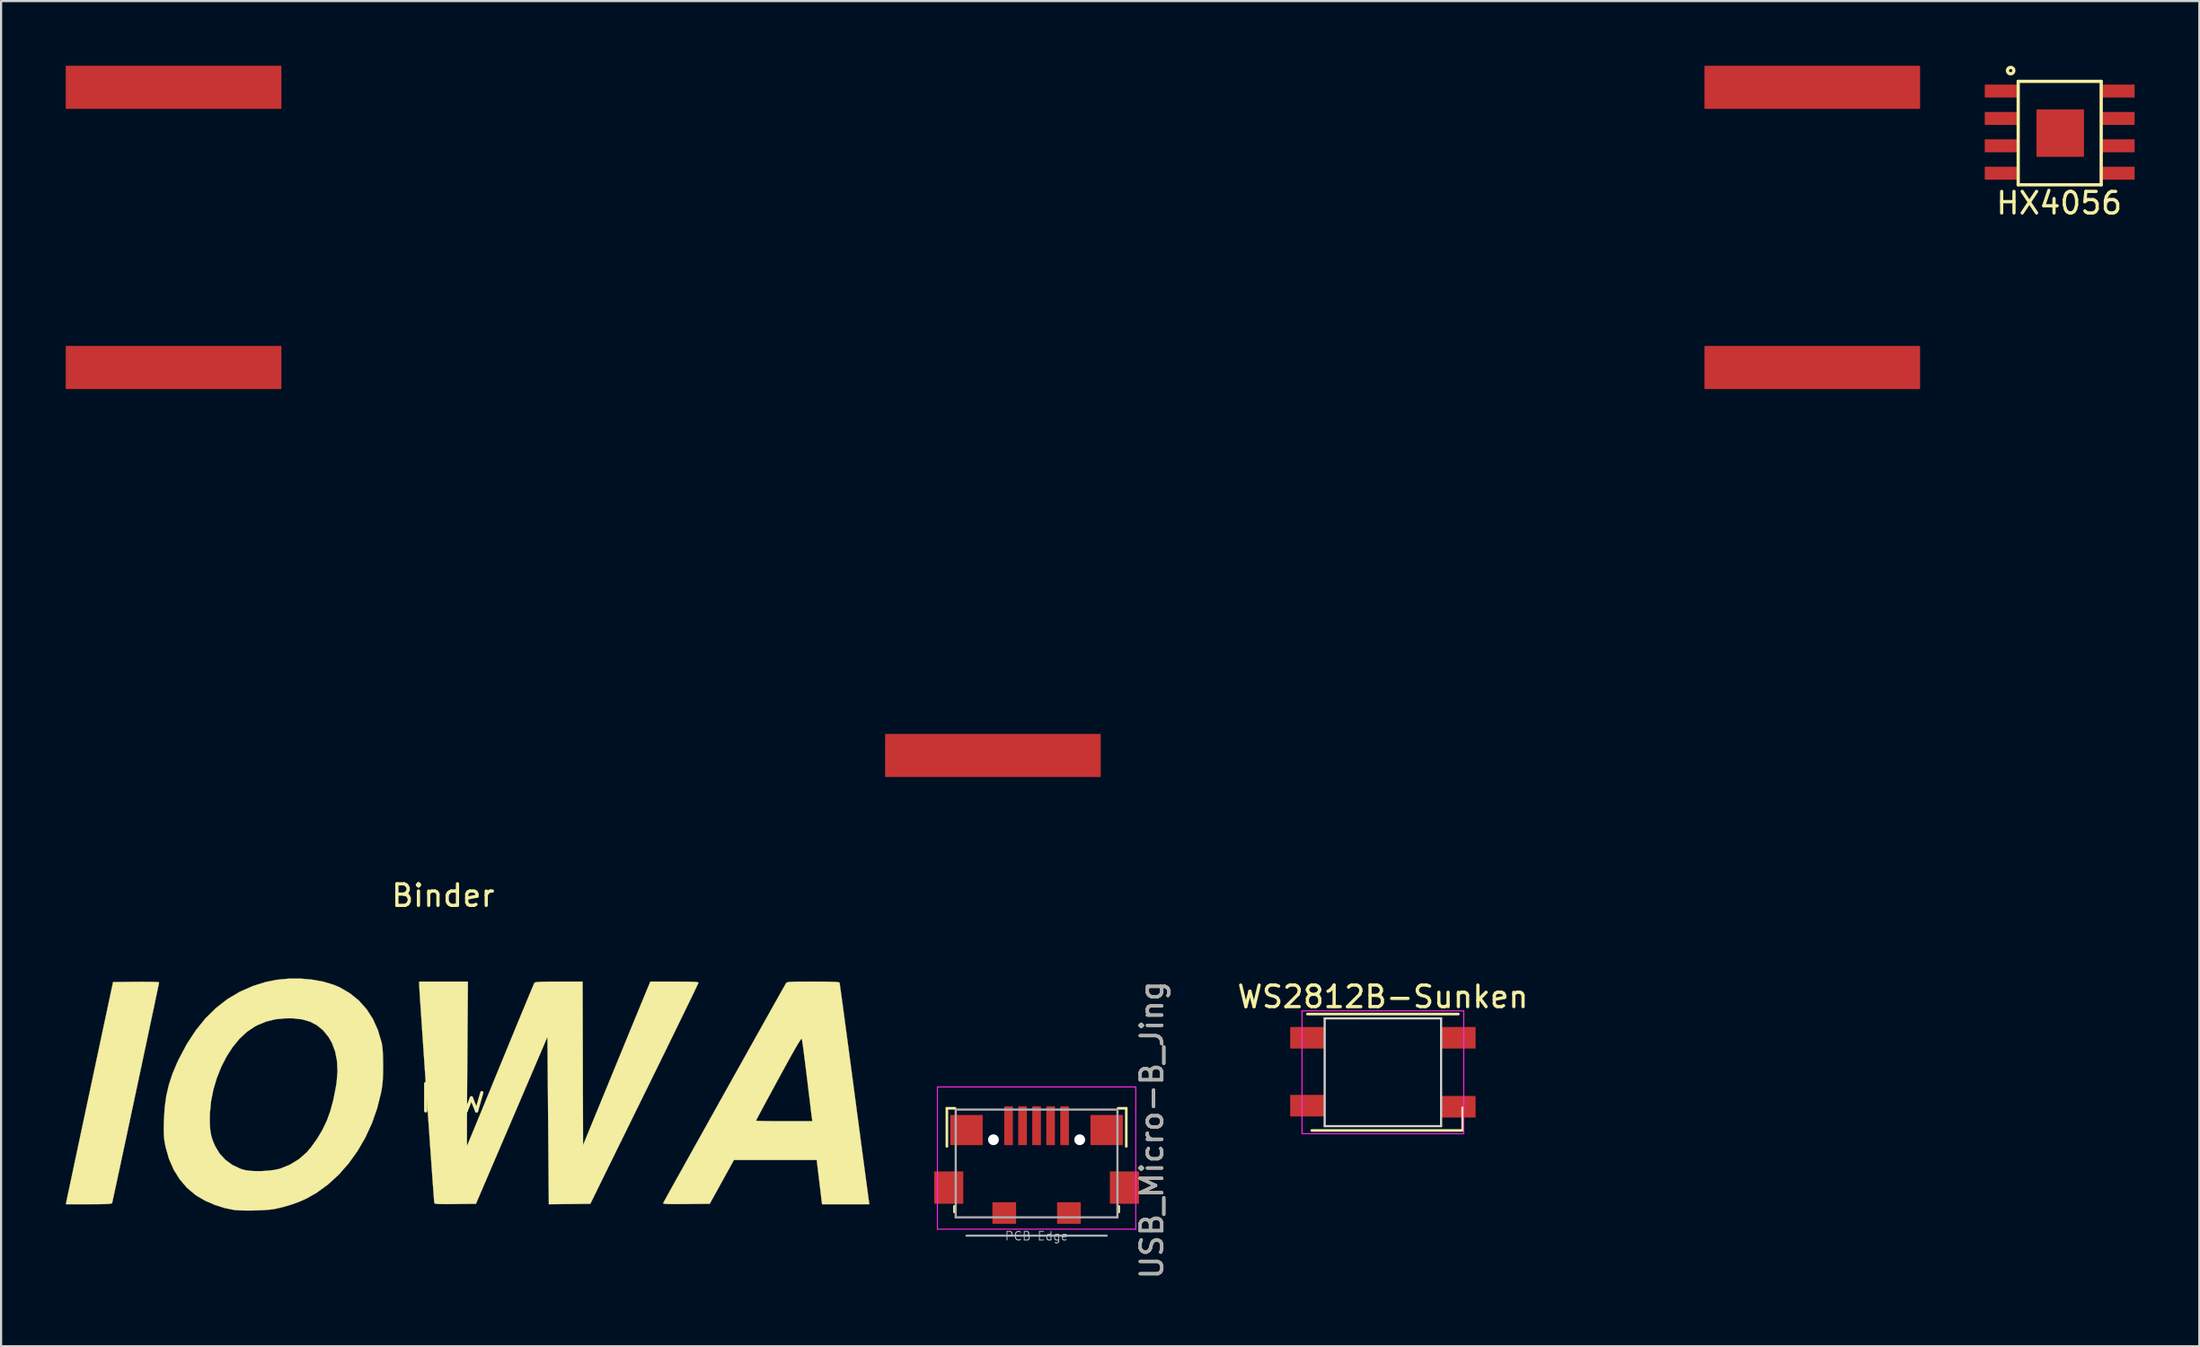
<source format=kicad_pcb>
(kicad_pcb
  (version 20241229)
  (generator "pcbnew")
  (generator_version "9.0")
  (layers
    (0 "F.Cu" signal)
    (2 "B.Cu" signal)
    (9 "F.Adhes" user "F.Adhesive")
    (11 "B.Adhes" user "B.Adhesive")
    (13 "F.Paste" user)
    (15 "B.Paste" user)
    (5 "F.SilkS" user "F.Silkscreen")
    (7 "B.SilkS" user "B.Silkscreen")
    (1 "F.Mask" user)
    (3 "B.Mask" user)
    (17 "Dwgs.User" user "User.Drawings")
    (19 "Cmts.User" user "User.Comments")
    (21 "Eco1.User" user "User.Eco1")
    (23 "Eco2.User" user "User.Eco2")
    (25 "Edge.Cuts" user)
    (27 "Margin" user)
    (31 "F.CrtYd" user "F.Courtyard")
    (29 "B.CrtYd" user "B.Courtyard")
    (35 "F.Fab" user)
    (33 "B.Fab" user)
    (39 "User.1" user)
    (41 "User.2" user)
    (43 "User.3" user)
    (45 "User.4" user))
  (footprint "HX4056"
    (layer "F.Cu")
    (at 92.45 3.125)
    (property "Reference" "HX4056" (at 0 3.25 0) (layer "F.SilkS") (effects (font (size 1 1) (thickness 0.15))))
    (attr through_hole)
    (fp_line (start -1.9 -2.4) (end -1.9 2.4) (stroke (width 0.15) (type solid)) (layer "F.SilkS"))
    (fp_line (start -1.9 -2.4) (end 1.95 -2.4) (stroke (width 0.15) (type solid)) (layer "F.SilkS"))
    (fp_line (start 1.95 -2.4) (end 1.95 2.4) (stroke (width 0.15) (type solid)) (layer "F.SilkS"))
    (fp_line (start 1.95 2.4) (end -1.9 2.4) (stroke (width 0.15) (type solid)) (layer "F.SilkS"))
    (fp_circle (center -2.25 -2.9) (end -2.1 -2.9) (stroke (width 0.15) (type solid)) (fill no) (layer "F.SilkS"))
    (pad "1" smd rect (at -2.7 -1.95) (size 1.5 0.6) (layers "F.Cu" "F.Mask" "F.Paste"))
    (pad "2" smd rect (at -2.7 -0.68) (size 1.5 0.6) (layers "F.Cu" "F.Mask" "F.Paste"))
    (pad "3" smd rect (at -2.7 0.59) (size 1.5 0.6) (layers "F.Cu" "F.Mask" "F.Paste"))
    (pad "4" smd rect (at -2.7 1.86) (size 1.5 0.6) (layers "F.Cu" "F.Mask" "F.Paste"))
    (pad "5" smd rect (at 2.75 1.86) (size 1.5 0.6) (layers "F.Cu" "F.Mask" "F.Paste"))
    (pad "6" smd rect (at 2.75 0.59) (size 1.5 0.6) (layers "F.Cu" "F.Mask" "F.Paste"))
    (pad "7" smd rect (at 2.75 -0.68) (size 1.5 0.6) (layers "F.Cu" "F.Mask" "F.Paste"))
    (pad "8" smd rect (at 2.75 -1.95) (size 1.5 0.6) (layers "F.Cu" "F.Mask" "F.Paste"))
    (pad "9" smd rect (at 0.05 0) (size 2.2 2.2) (layers "F.Cu" "F.Mask" "F.Paste")))
  (footprint "Binder"
    (layer "F.Cu")
    (at 43 14)
    (property "Reference" "Binder" (at -25.5 24.5 0) (layer "F.SilkS") (effects (font (size 1 1) (thickness 0.15))))
    (attr through_hole)
    (pad "1" smd rect (at -38 -13) (size 10 2) (layers "F.Cu" "F.Mask" "F.Paste"))
    (pad "2" smd rect (at 38 -13) (size 10 2) (layers "F.Cu" "F.Mask" "F.Paste"))
    (pad "3" smd rect (at 38 0) (size 10 2) (layers "F.Cu" "F.Mask" "F.Paste"))
    (pad "4" smd rect (at -38 0) (size 10 2) (layers "F.Cu" "F.Mask" "F.Paste"))
    (pad "5" smd rect (at 0 18) (size 10 2) (layers "F.Cu" "F.Mask" "F.Paste")))
  (footprint "USB_Micro-B_Jing"
    (layer "F.Cu")
    (at 45.025 51.278)
    (property "Reference" "USB_Micro-B_Jing" (at 5.35 -1.9 270) (layer "F.SilkS") (effects (font (size 1 1) (thickness 0.15))))
    (attr smd)
    (fp_line (start -4.16 -2.91) (end -3.78 -2.91) (stroke (width 0.12) (type solid)) (layer "F.SilkS"))
    (fp_line (start -4.16 -1.14) (end -4.16 -2.91) (stroke (width 0.12) (type solid)) (layer "F.SilkS"))
    (fp_line (start -3.81 1.9) (end -3.81 1.64) (stroke (width 0.12) (type solid)) (layer "F.SilkS"))
    (fp_line (start 3.81 1.64) (end 3.81 1.9) (stroke (width 0.12) (type solid)) (layer "F.SilkS"))
    (fp_line (start 4.16 -2.91) (end 3.78 -2.91) (stroke (width 0.12) (type solid)) (layer "F.SilkS"))
    (fp_line (start 4.16 -2.91) (end 4.16 -1.14) (stroke (width 0.12) (type solid)) (layer "F.SilkS"))
    (fp_line (start -4.6 -3.9) (end 4.6 -3.9) (stroke (width 0.05) (type solid)) (layer "F.CrtYd"))
    (fp_line (start -4.6 2.7) (end -4.6 -3.9) (stroke (width 0.05) (type solid)) (layer "F.CrtYd"))
    (fp_line (start 4.6 -3.9) (end 4.6 2.7) (stroke (width 0.05) (type solid)) (layer "F.CrtYd"))
    (fp_line (start 4.6 2.7) (end -4.6 2.7) (stroke (width 0.05) (type solid)) (layer "F.CrtYd"))
    (fp_line (start -3.75 -2.85) (end 3.75 -2.85) (stroke (width 0.1) (type solid)) (layer "F.Fab"))
    (fp_line (start -3.75 2.15) (end -3.75 -2.85) (stroke (width 0.1) (type solid)) (layer "F.Fab"))
    (fp_line (start -3.25 3) (end 3.25 3) (stroke (width 0.1) (type solid)) (layer "F.Fab"))
    (fp_line (start 3.75 -2.85) (end 3.75 2.15) (stroke (width 0.1) (type solid)) (layer "F.Fab"))
    (fp_line (start 3.75 2.15) (end -3.75 2.15) (stroke (width 0.1) (type solid)) (layer "F.Fab"))
    (fp_text user "PCB Edge" (at 0 3.02 180) (layer "Dwgs.User") (effects (font (size 0.4 0.4) (thickness 0.04))))
    (fp_text user "${REFERENCE}" (at 5.35 -1.9 90) (layer "F.Fab") (effects (font (size 1 1) (thickness 0.15))))
    (pad "" np_thru_hole circle (at -2 -1.45) (size 0.5 0.5) (drill 0.5) (layers "*.Cu" "*.Mask"))
    (pad "" np_thru_hole circle (at 2 -1.45) (size 0.5 0.5) (drill 0.5) (layers "*.Cu" "*.Mask"))
    (pad "1" smd rect (at -1.3 -2.1) (size 0.4 1.8) (layers "F.Cu" "F.Mask" "F.Paste"))
    (pad "2" smd rect (at -0.65 -2.1) (size 0.4 1.8) (layers "F.Cu" "F.Mask" "F.Paste"))
    (pad "3" smd rect (at 0 -2.1) (size 0.4 1.8) (layers "F.Cu" "F.Mask" "F.Paste"))
    (pad "4" smd rect (at 0.65 -2.1) (size 0.4 1.8) (layers "F.Cu" "F.Mask" "F.Paste"))
    (pad "5" smd rect (at 1.3 -2.1) (size 0.4 1.8) (layers "F.Cu" "F.Mask" "F.Paste"))
    (pad "6" smd rect (at -4.075 0.77) (size 1.35 1.5) (layers "F.Cu" "F.Mask" "F.Paste"))
    (pad "6" smd rect (at -3.25 -1.9) (size 1.5 1.4) (layers "F.Cu" "F.Mask" "F.Paste"))
    (pad "6" smd rect (at -1.5 1.95) (size 1.1 1) (layers "F.Cu" "F.Mask" "F.Paste"))
    (pad "6" smd rect (at 1.5 1.95) (size 1.1 1) (layers "F.Cu" "F.Mask" "F.Paste"))
    (pad "6" smd rect (at 3.25 -1.9) (size 1.5 1.4) (layers "F.Cu" "F.Mask" "F.Paste"))
    (pad "6" smd rect (at 4.075 0.77) (size 1.35 1.5) (layers "F.Cu" "F.Mask" "F.Paste")))
  (footprint "WS2812B-Sunken"
    (layer "F.Cu")
    (at 61.086 46.697)
    (property "Reference" "WS2812B-Sunken" (at 0 -3.5 0) (layer "F.SilkS") (effects (font (size 1 1) (thickness 0.15))))
    (attr smd)
    (fp_line (start -3.5 -2.7) (end 3.5 -2.7) (stroke (width 0.12) (type solid)) (layer "F.SilkS"))
    (fp_line (start -3.3 2.7) (end 3.7 2.7) (stroke (width 0.12) (type solid)) (layer "F.SilkS"))
    (fp_line (start 3.7 2.65) (end 3.7 1.65) (stroke (width 0.12) (type solid)) (layer "F.SilkS"))
    (fp_line (start -2.7 -2.5) (end -2.7 2.5) (stroke (width 0.1) (type solid)) (layer "Edge.Cuts"))
    (fp_line (start -2.7 2.5) (end 2.7 2.5) (stroke (width 0.1) (type solid)) (layer "Edge.Cuts"))
    (fp_line (start 2.7 -2.5) (end -2.7 -2.5) (stroke (width 0.1) (type solid)) (layer "Edge.Cuts"))
    (fp_line (start 2.7 2.5) (end 2.7 -2.5) (stroke (width 0.1) (type solid)) (layer "Edge.Cuts"))
    (fp_line (start -3.75 -2.85) (end -3.75 2.85) (stroke (width 0.05) (type solid)) (layer "F.CrtYd"))
    (fp_line (start -3.75 2.85) (end 3.75 2.85) (stroke (width 0.05) (type solid)) (layer "F.CrtYd"))
    (fp_line (start 3.75 -2.85) (end -3.75 -2.85) (stroke (width 0.05) (type solid)) (layer "F.CrtYd"))
    (fp_line (start 3.75 2.85) (end 3.75 -2.85) (stroke (width 0.05) (type solid)) (layer "F.CrtYd"))
    (pad "1" smd rect (at 3.5 -1.6) (size 1.6 1) (layers "F.Cu" "F.Mask" "F.Paste"))
    (pad "2" smd rect (at -3.5 -1.6) (size 1.6 1) (layers "F.Cu" "F.Mask" "F.Paste"))
    (pad "3" smd rect (at -3.5 1.55) (size 1.6 1) (layers "F.Cu" "F.Mask" "F.Paste"))
    (pad "4" smd rect (at 3.5 1.6) (size 1.6 1) (layers "F.Cu" "F.Mask" "F.Paste")))
  (footprint "Iowa"
    (layer "F.Cu")
    (at 18.509 47.91)
    (property "Reference" "Iowa" (at 0 0 0) (layer "F.SilkS") (effects (font (size 1.27 1.27) (thickness 0.15))))
    (attr through_hole)
    (fp_poly (pts (xy -14.682 -5.409) (xy -14.463 -5.405) (xy -14.3 -5.399) (xy -14.204 -5.39) (xy -14.182 -5.382) (xy -14.19 -5.336) (xy -14.215 -5.214) (xy -14.255 -5.021) (xy -14.309 -4.763) (xy -14.376 -4.447) (xy -14.453 -4.079) (xy -14.541 -3.665) (xy -14.637 -3.211) (xy -14.74 -2.723) (xy -14.85 -2.208) (xy -14.964 -1.67) (xy -15.081 -1.118) (xy -15.201 -0.556) (xy -15.321 0.009) (xy -15.441 0.571) (xy -15.558 1.124) (xy -15.673 1.662) (xy -15.783 2.178) (xy -15.888 2.667) (xy -15.985 3.123) (xy -16.075 3.539) (xy -16.154 3.909) (xy -16.222 4.227) (xy -16.279 4.487) (xy -16.321 4.683) (xy -16.349 4.808) (xy -16.361 4.858) (xy -16.361 4.858) (xy -16.388 4.875) (xy -16.459 4.888) (xy -16.582 4.898) (xy -16.765 4.905) (xy -17.015 4.909) (xy -17.34 4.911) (xy -17.442 4.911) (xy -18.504 4.911) (xy -18.477 4.773) (xy -18.465 4.715) (xy -18.437 4.579) (xy -18.393 4.371) (xy -18.334 4.095) (xy -18.263 3.758) (xy -18.179 3.364) (xy -18.085 2.918) (xy -17.98 2.426) (xy -17.867 1.894) (xy -17.746 1.325) (xy -17.619 0.726) (xy -17.486 0.101) (xy -17.383 -0.381) (xy -16.316 -5.397) (xy -15.249 -5.409) (xy -14.947 -5.411) (xy -14.682 -5.409)) (stroke (width 0.01) (type solid)) (fill yes) (layer "F.SilkS"))
    (fp_poly (pts (xy 16.523 -5.418) (xy 16.817 -5.415) (xy 17.04 -5.41) (xy 17.201 -5.402) (xy 17.306 -5.392) (xy 17.362 -5.378) (xy 17.378 -5.366) (xy 17.386 -5.318) (xy 17.404 -5.191) (xy 17.432 -4.991) (xy 17.469 -4.723) (xy 17.514 -4.391) (xy 17.567 -4.002) (xy 17.626 -3.561) (xy 17.692 -3.072) (xy 17.763 -2.541) (xy 17.839 -1.974) (xy 17.919 -1.375) (xy 18.002 -0.75) (xy 18.054 -0.36) (xy 18.139 0.281) (xy 18.221 0.9) (xy 18.3 1.493) (xy 18.374 2.053) (xy 18.444 2.576) (xy 18.508 3.055) (xy 18.566 3.486) (xy 18.616 3.863) (xy 18.659 4.181) (xy 18.693 4.435) (xy 18.717 4.618) (xy 18.732 4.726) (xy 18.736 4.752) (xy 18.761 4.911) (xy 16.567 4.911) (xy 16.443 3.884) (xy 16.32 2.857) (xy 12.48 2.857) (xy 11.919 3.873) (xy 11.358 4.889) (xy 10.267 4.901) (xy 9.926 4.904) (xy 9.661 4.904) (xy 9.465 4.901) (xy 9.329 4.895) (xy 9.244 4.886) (xy 9.204 4.873) (xy 9.198 4.857) (xy 9.221 4.814) (xy 9.282 4.703) (xy 9.379 4.528) (xy 9.508 4.294) (xy 9.667 4.008) (xy 9.853 3.673) (xy 10.064 3.296) (xy 10.295 2.881) (xy 10.544 2.434) (xy 10.809 1.96) (xy 11.086 1.464) (xy 11.327 1.032) (xy 13.504 1.032) (xy 13.545 1.038) (xy 13.66 1.044) (xy 13.839 1.049) (xy 14.073 1.054) (xy 14.35 1.057) (xy 14.661 1.058) (xy 14.811 1.058) (xy 16.117 1.058) (xy 16.103 0.963) (xy 16.095 0.902) (xy 16.077 0.765) (xy 16.052 0.564) (xy 16.021 0.306) (xy 15.984 0.001) (xy 15.942 -0.341) (xy 15.897 -0.712) (xy 15.873 -0.91) (xy 15.826 -1.291) (xy 15.782 -1.648) (xy 15.74 -1.971) (xy 15.704 -2.252) (xy 15.673 -2.481) (xy 15.648 -2.648) (xy 15.632 -2.746) (xy 15.628 -2.766) (xy 15.609 -2.764) (xy 15.569 -2.716) (xy 15.504 -2.618) (xy 15.411 -2.467) (xy 15.29 -2.258) (xy 15.138 -1.988) (xy 14.952 -1.654) (xy 14.731 -1.25) (xy 14.551 -0.919) (xy 14.349 -0.548) (xy 14.16 -0.199) (xy 13.988 0.12) (xy 13.836 0.403) (xy 13.708 0.641) (xy 13.608 0.83) (xy 13.54 0.96) (xy 13.507 1.025) (xy 13.504 1.032) (xy 11.327 1.032) (xy 11.372 0.95) (xy 11.665 0.426) (xy 11.962 -0.106) (xy 12.259 -0.638) (xy 12.554 -1.167) (xy 12.845 -1.686) (xy 13.127 -2.191) (xy 13.399 -2.677) (xy 13.657 -3.137) (xy 13.898 -3.568) (xy 14.12 -3.964) (xy 14.319 -4.32) (xy 14.493 -4.63) (xy 14.639 -4.89) (xy 14.754 -5.094) (xy 14.835 -5.236) (xy 14.878 -5.313) (xy 14.885 -5.323) (xy 14.904 -5.351) (xy 14.929 -5.373) (xy 14.969 -5.389) (xy 15.033 -5.401) (xy 15.132 -5.409) (xy 15.275 -5.415) (xy 15.471 -5.417) (xy 15.73 -5.418) (xy 16.062 -5.419) (xy 16.152 -5.419) (xy 16.523 -5.418)) (stroke (width 0.01) (type solid)) (fill yes) (layer "F.SilkS"))
    (fp_poly (pts (xy -7.065 -5.508) (xy -6.544 -5.41) (xy -6.067 -5.264) (xy -5.792 -5.146) (xy -5.323 -4.872) (xy -4.912 -4.537) (xy -4.56 -4.142) (xy -4.267 -3.688) (xy -4.036 -3.176) (xy -3.865 -2.606) (xy -3.845 -2.519) (xy -3.823 -2.364) (xy -3.806 -2.139) (xy -3.795 -1.857) (xy -3.791 -1.532) (xy -3.791 -1.503) (xy -3.794 -1.186) (xy -3.802 -0.931) (xy -3.818 -0.715) (xy -3.843 -0.515) (xy -3.879 -0.308) (xy -3.888 -0.258) (xy -4.068 0.463) (xy -4.312 1.157) (xy -4.616 1.817) (xy -4.975 2.437) (xy -5.384 3.009) (xy -5.839 3.527) (xy -6.335 3.984) (xy -6.867 4.373) (xy -7.335 4.641) (xy -7.662 4.787) (xy -8.038 4.924) (xy -8.429 5.04) (xy -8.798 5.125) (xy -8.89 5.141) (xy -9.08 5.164) (xy -9.327 5.182) (xy -9.61 5.194) (xy -9.906 5.201) (xy -10.193 5.201) (xy -10.446 5.195) (xy -10.645 5.182) (xy -10.689 5.177) (xy -11.143 5.086) (xy -11.604 4.938) (xy -12.044 4.746) (xy -12.435 4.519) (xy -12.503 4.472) (xy -12.893 4.143) (xy -13.228 3.75) (xy -13.507 3.301) (xy -13.724 2.799) (xy -13.879 2.251) (xy -13.892 2.186) (xy -13.925 2.008) (xy -13.947 1.845) (xy -13.959 1.675) (xy -13.964 1.477) (xy -13.961 1.231) (xy -13.956 1.016) (xy -13.949 0.91) (xy -11.831 0.91) (xy -11.825 1.235) (xy -11.804 1.501) (xy -11.761 1.731) (xy -11.693 1.952) (xy -11.594 2.186) (xy -11.575 2.227) (xy -11.37 2.563) (xy -11.101 2.854) (xy -10.777 3.09) (xy -10.412 3.263) (xy -10.218 3.322) (xy -10.002 3.358) (xy -9.73 3.374) (xy -9.429 3.373) (xy -9.123 3.354) (xy -8.839 3.319) (xy -8.603 3.269) (xy -8.572 3.26) (xy -8.112 3.075) (xy -7.697 2.821) (xy -7.336 2.504) (xy -7.137 2.271) (xy -6.845 1.862) (xy -6.602 1.455) (xy -6.401 1.033) (xy -6.237 0.581) (xy -6.102 0.084) (xy -5.992 -0.473) (xy -5.945 -0.766) (xy -5.905 -1.262) (xy -5.929 -1.736) (xy -6.016 -2.177) (xy -6.164 -2.575) (xy -6.325 -2.854) (xy -6.571 -3.155) (xy -6.853 -3.389) (xy -7.177 -3.559) (xy -7.548 -3.667) (xy -7.973 -3.716) (xy -8.335 -3.715) (xy -8.792 -3.669) (xy -9.206 -3.568) (xy -9.604 -3.405) (xy -9.762 -3.322) (xy -10.121 -3.077) (xy -10.459 -2.759) (xy -10.771 -2.377) (xy -11.052 -1.942) (xy -11.297 -1.464) (xy -11.502 -0.951) (xy -11.661 -0.415) (xy -11.771 0.135) (xy -11.825 0.69) (xy -11.831 0.91) (xy -13.949 0.91) (xy -13.92 0.419) (xy -13.845 -0.125) (xy -13.725 -0.642) (xy -13.555 -1.156) (xy -13.327 -1.693) (xy -13.269 -1.815) (xy -12.894 -2.522) (xy -12.481 -3.154) (xy -12.031 -3.712) (xy -11.541 -4.195) (xy -11.01 -4.607) (xy -10.437 -4.947) (xy -9.821 -5.218) (xy -9.247 -5.397) (xy -8.721 -5.503) (xy -8.17 -5.555) (xy -7.613 -5.557) (xy -7.065 -5.508)) (stroke (width 0.01) (type solid)) (fill yes) (layer "F.SilkS"))
    (fp_poly (pts (xy 0.113 -1.601) (xy 0.109 -1.041) (xy 0.105 -0.507) (xy 0.102 -0.003) (xy 0.1 0.464) (xy 0.098 0.888) (xy 0.097 1.263) (xy 0.097 1.583) (xy 0.097 1.843) (xy 0.097 2.036) (xy 0.099 2.156) (xy 0.101 2.198) (xy 0.101 2.198) (xy 0.119 2.157) (xy 0.167 2.043) (xy 0.243 1.862) (xy 0.344 1.618) (xy 0.468 1.318) (xy 0.613 0.966) (xy 0.777 0.569) (xy 0.957 0.13) (xy 1.152 -0.343) (xy 1.358 -0.846) (xy 1.575 -1.374) (xy 1.654 -1.566) (xy 1.874 -2.102) (xy 2.085 -2.616) (xy 2.285 -3.103) (xy 2.472 -3.557) (xy 2.644 -3.973) (xy 2.799 -4.345) (xy 2.933 -4.668) (xy 3.045 -4.936) (xy 3.133 -5.144) (xy 3.194 -5.287) (xy 3.226 -5.359) (xy 3.23 -5.366) (xy 3.265 -5.383) (xy 3.346 -5.396) (xy 3.48 -5.406) (xy 3.674 -5.413) (xy 3.937 -5.417) (xy 4.276 -5.419) (xy 4.365 -5.419) (xy 5.461 -5.419) (xy 5.471 -1.625) (xy 5.482 2.168) (xy 6.897 -1.276) (xy 7.111 -1.798) (xy 7.319 -2.303) (xy 7.517 -2.786) (xy 7.704 -3.241) (xy 7.876 -3.66) (xy 8.032 -4.038) (xy 8.167 -4.367) (xy 8.281 -4.643) (xy 8.369 -4.857) (xy 8.43 -5.005) (xy 8.457 -5.069) (xy 8.602 -5.419) (xy 9.72 -5.419) (xy 10.072 -5.418) (xy 10.347 -5.415) (xy 10.552 -5.41) (xy 10.696 -5.402) (xy 10.785 -5.391) (xy 10.828 -5.377) (xy 10.834 -5.366) (xy 10.815 -5.322) (xy 10.761 -5.207) (xy 10.674 -5.024) (xy 10.557 -4.78) (xy 10.41 -4.476) (xy 10.237 -4.12) (xy 10.039 -3.714) (xy 9.819 -3.263) (xy 9.579 -2.771) (xy 9.322 -2.244) (xy 9.048 -1.685) (xy 8.761 -1.1) (xy 8.463 -0.491) (xy 8.325 -0.212) (xy 5.82 4.889) (xy 4.857 4.901) (xy 3.895 4.912) (xy 3.889 4.245) (xy 3.887 4.092) (xy 3.885 3.864) (xy 3.883 3.568) (xy 3.88 3.212) (xy 3.877 2.805) (xy 3.873 2.356) (xy 3.869 1.873) (xy 3.865 1.364) (xy 3.861 0.838) (xy 3.857 0.36) (xy 3.831 -2.857) (xy 2.173 1.016) (xy 0.515 4.889) (xy -0.442 4.901) (xy -0.766 4.904) (xy -1.014 4.903) (xy -1.194 4.899) (xy -1.315 4.891) (xy -1.386 4.878) (xy -1.414 4.861) (xy -1.415 4.859) (xy -1.42 4.81) (xy -1.431 4.683) (xy -1.446 4.485) (xy -1.465 4.221) (xy -1.489 3.898) (xy -1.516 3.523) (xy -1.546 3.101) (xy -1.579 2.639) (xy -1.614 2.144) (xy -1.65 1.621) (xy -1.688 1.077) (xy -1.727 0.519) (xy -1.767 -0.048) (xy -1.806 -0.616) (xy -1.845 -1.18) (xy -1.883 -1.732) (xy -1.919 -2.268) (xy -1.954 -2.78) (xy -1.987 -3.262) (xy -2.017 -3.708) (xy -2.044 -4.111) (xy -2.068 -4.466) (xy -2.087 -4.765) (xy -2.102 -5.002) (xy -2.112 -5.171) (xy -2.117 -5.265) (xy -2.118 -5.281) (xy -2.117 -5.419) (xy 0.141 -5.419) (xy 0.113 -1.601)) (stroke (width 0.01) (type solid)) (fill yes) (layer "F.SilkS")))
  (gr_rect
    (start -3 -3)
    (end 98.95 59.408)
    (stroke (width 0.1) (type default))
    (fill no)
    (layer "Edge.Cuts")))
</source>
